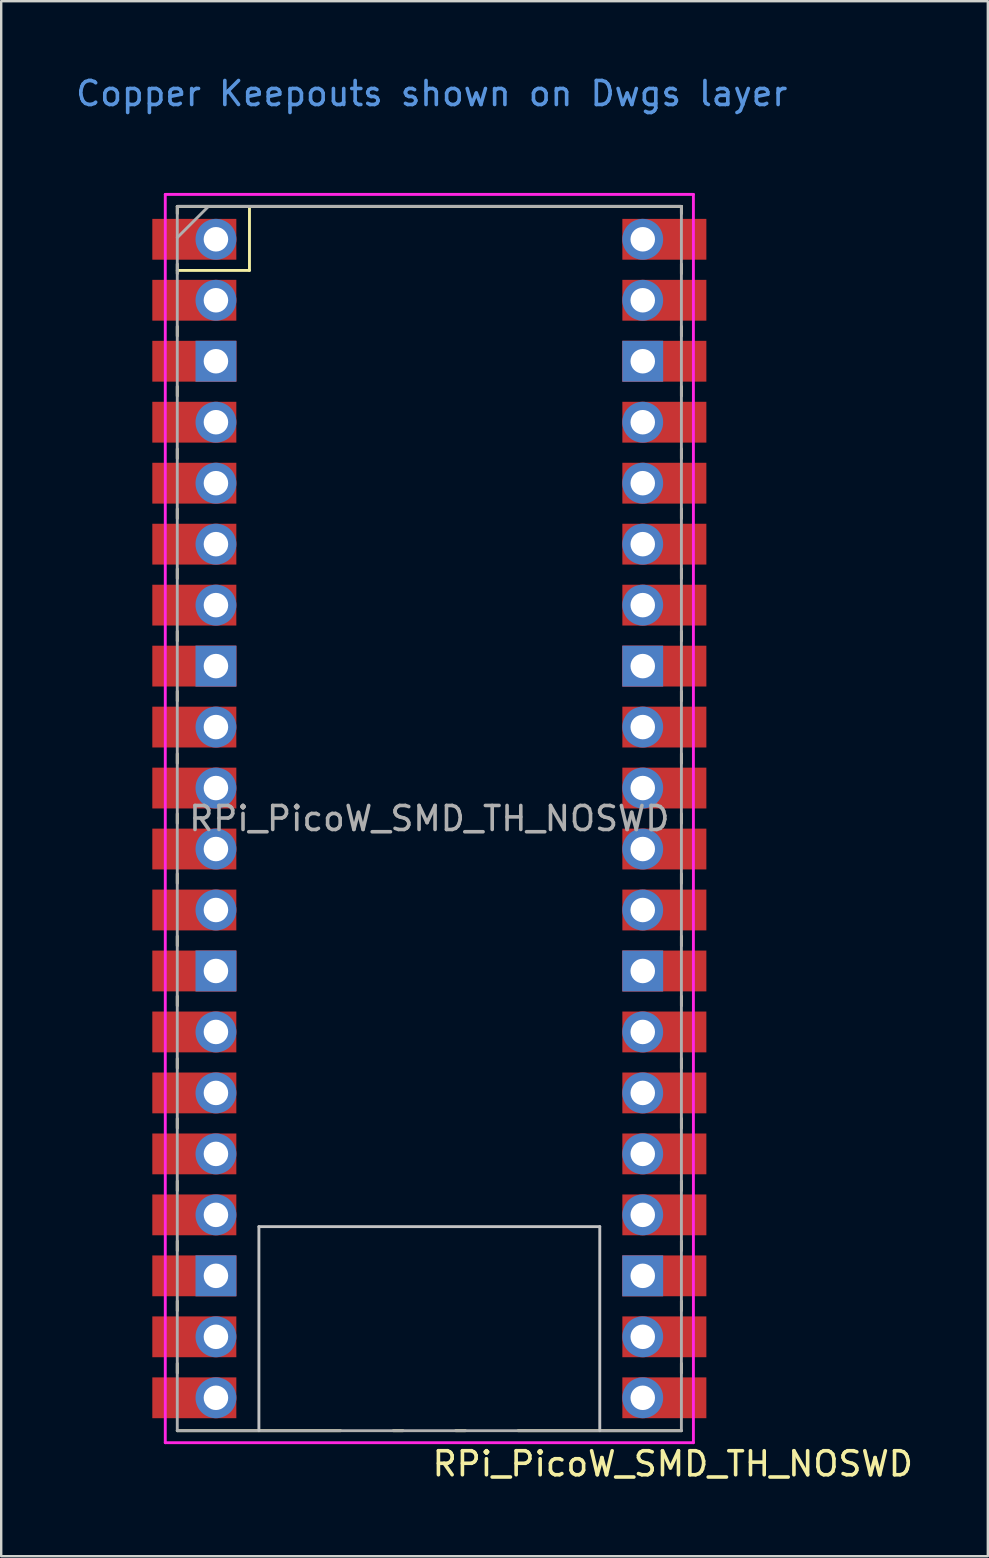
<source format=kicad_pcb>
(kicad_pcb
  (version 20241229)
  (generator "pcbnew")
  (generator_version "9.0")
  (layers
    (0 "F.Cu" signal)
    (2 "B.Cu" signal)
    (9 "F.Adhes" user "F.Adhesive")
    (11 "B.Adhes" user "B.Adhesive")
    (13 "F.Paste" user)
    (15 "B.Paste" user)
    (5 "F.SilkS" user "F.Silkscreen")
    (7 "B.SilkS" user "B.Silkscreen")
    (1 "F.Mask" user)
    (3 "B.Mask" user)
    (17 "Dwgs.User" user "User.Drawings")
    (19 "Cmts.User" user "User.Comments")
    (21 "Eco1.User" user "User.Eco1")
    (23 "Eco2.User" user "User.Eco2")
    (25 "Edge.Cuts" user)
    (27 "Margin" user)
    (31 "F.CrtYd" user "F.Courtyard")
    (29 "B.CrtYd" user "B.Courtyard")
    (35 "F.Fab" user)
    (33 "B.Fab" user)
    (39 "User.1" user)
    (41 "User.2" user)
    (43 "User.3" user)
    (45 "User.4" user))
  (footprint "RPi_PicoW_SMD_TH_NOSWD"
    (layer "F.Cu")
    (at 14.835 31.048)
    (property "Reference" "RPi_PicoW_SMD_TH_NOSWD" (at 10.14 26.88 180) (layer "F.SilkS") (effects (font (size 1 1) (thickness 0.15))))
    (attr through_hole exclude_from_pos_files exclude_from_bom dnp)
    (fp_line (start -10.5 -25.5) (end -10.5 -25.2) (stroke (width 0.12) (type solid)) (layer "F.SilkS"))
    (fp_line (start -10.5 -25.5) (end 10.5 -25.5) (stroke (width 0.12) (type solid)) (layer "F.SilkS"))
    (fp_line (start -10.5 -23.1) (end -10.5 -22.7) (stroke (width 0.12) (type solid)) (layer "F.SilkS"))
    (fp_line (start -10.5 -22.833) (end -7.493 -22.833) (stroke (width 0.12) (type solid)) (layer "F.SilkS"))
    (fp_line (start -10.5 -20.5) (end -10.5 -20.1) (stroke (width 0.12) (type solid)) (layer "F.SilkS"))
    (fp_line (start -10.5 -18) (end -10.5 -17.6) (stroke (width 0.12) (type solid)) (layer "F.SilkS"))
    (fp_line (start -10.5 -15.4) (end -10.5 -15) (stroke (width 0.12) (type solid)) (layer "F.SilkS"))
    (fp_line (start -10.5 -12.9) (end -10.5 -12.5) (stroke (width 0.12) (type solid)) (layer "F.SilkS"))
    (fp_line (start -10.5 -10.4) (end -10.5 -10) (stroke (width 0.12) (type solid)) (layer "F.SilkS"))
    (fp_line (start -10.5 -7.8) (end -10.5 -7.4) (stroke (width 0.12) (type solid)) (layer "F.SilkS"))
    (fp_line (start -10.5 -5.3) (end -10.5 -4.9) (stroke (width 0.12) (type solid)) (layer "F.SilkS"))
    (fp_line (start -10.5 -2.7) (end -10.5 -2.3) (stroke (width 0.12) (type solid)) (layer "F.SilkS"))
    (fp_line (start -10.5 -0.2) (end -10.5 0.2) (stroke (width 0.12) (type solid)) (layer "F.SilkS"))
    (fp_line (start -10.5 2.3) (end -10.5 2.7) (stroke (width 0.12) (type solid)) (layer "F.SilkS"))
    (fp_line (start -10.5 4.9) (end -10.5 5.3) (stroke (width 0.12) (type solid)) (layer "F.SilkS"))
    (fp_line (start -10.5 7.4) (end -10.5 7.8) (stroke (width 0.12) (type solid)) (layer "F.SilkS"))
    (fp_line (start -10.5 10) (end -10.5 10.4) (stroke (width 0.12) (type solid)) (layer "F.SilkS"))
    (fp_line (start -10.5 12.5) (end -10.5 12.9) (stroke (width 0.12) (type solid)) (layer "F.SilkS"))
    (fp_line (start -10.5 15.1) (end -10.5 15.5) (stroke (width 0.12) (type solid)) (layer "F.SilkS"))
    (fp_line (start -10.5 17.6) (end -10.5 18) (stroke (width 0.12) (type solid)) (layer "F.SilkS"))
    (fp_line (start -10.5 20.1) (end -10.5 20.5) (stroke (width 0.12) (type solid)) (layer "F.SilkS"))
    (fp_line (start -10.5 22.7) (end -10.5 23.1) (stroke (width 0.12) (type solid)) (layer "F.SilkS"))
    (fp_line (start -7.493 -22.833) (end -7.493 -25.5) (stroke (width 0.12) (type solid)) (layer "F.SilkS"))
    (fp_line (start -3.7 25.5) (end -10.5 25.5) (stroke (width 0.12) (type solid)) (layer "F.SilkS"))
    (fp_line (start -1.5 25.5) (end -1.1 25.5) (stroke (width 0.12) (type solid)) (layer "F.SilkS"))
    (fp_line (start 1.1 25.5) (end 1.5 25.5) (stroke (width 0.12) (type solid)) (layer "F.SilkS"))
    (fp_line (start 10.5 -25.5) (end 10.5 -25.2) (stroke (width 0.12) (type solid)) (layer "F.SilkS"))
    (fp_line (start 10.5 -23.1) (end 10.5 -22.7) (stroke (width 0.12) (type solid)) (layer "F.SilkS"))
    (fp_line (start 10.5 -20.5) (end 10.5 -20.1) (stroke (width 0.12) (type solid)) (layer "F.SilkS"))
    (fp_line (start 10.5 -18) (end 10.5 -17.6) (stroke (width 0.12) (type solid)) (layer "F.SilkS"))
    (fp_line (start 10.5 -15.4) (end 10.5 -15) (stroke (width 0.12) (type solid)) (layer "F.SilkS"))
    (fp_line (start 10.5 -12.9) (end 10.5 -12.5) (stroke (width 0.12) (type solid)) (layer "F.SilkS"))
    (fp_line (start 10.5 -10.4) (end 10.5 -10) (stroke (width 0.12) (type solid)) (layer "F.SilkS"))
    (fp_line (start 10.5 -7.8) (end 10.5 -7.4) (stroke (width 0.12) (type solid)) (layer "F.SilkS"))
    (fp_line (start 10.5 -5.3) (end 10.5 -4.9) (stroke (width 0.12) (type solid)) (layer "F.SilkS"))
    (fp_line (start 10.5 -2.7) (end 10.5 -2.3) (stroke (width 0.12) (type solid)) (layer "F.SilkS"))
    (fp_line (start 10.5 -0.2) (end 10.5 0.2) (stroke (width 0.12) (type solid)) (layer "F.SilkS"))
    (fp_line (start 10.5 2.3) (end 10.5 2.7) (stroke (width 0.12) (type solid)) (layer "F.SilkS"))
    (fp_line (start 10.5 4.9) (end 10.5 5.3) (stroke (width 0.12) (type solid)) (layer "F.SilkS"))
    (fp_line (start 10.5 7.4) (end 10.5 7.8) (stroke (width 0.12) (type solid)) (layer "F.SilkS"))
    (fp_line (start 10.5 10) (end 10.5 10.4) (stroke (width 0.12) (type solid)) (layer "F.SilkS"))
    (fp_line (start 10.5 12.5) (end 10.5 12.9) (stroke (width 0.12) (type solid)) (layer "F.SilkS"))
    (fp_line (start 10.5 15.1) (end 10.5 15.5) (stroke (width 0.12) (type solid)) (layer "F.SilkS"))
    (fp_line (start 10.5 17.6) (end 10.5 18) (stroke (width 0.12) (type solid)) (layer "F.SilkS"))
    (fp_line (start 10.5 20.1) (end 10.5 20.5) (stroke (width 0.12) (type solid)) (layer "F.SilkS"))
    (fp_line (start 10.5 22.7) (end 10.5 23.1) (stroke (width 0.12) (type solid)) (layer "F.SilkS"))
    (fp_line (start 10.5 25.5) (end 3.7 25.5) (stroke (width 0.12) (type solid)) (layer "F.SilkS"))
    (fp_line (start -7.1 17) (end 7.1 17) (stroke (width 0.12) (type solid)) (layer "Dwgs.User"))
    (fp_line (start -7.1 25.5) (end -7.1 17) (stroke (width 0.12) (type solid)) (layer "Dwgs.User"))
    (fp_line (start 7.1 17) (end 7.1 25.5) (stroke (width 0.12) (type solid)) (layer "Dwgs.User"))
    (fp_line (start -11 -26) (end 11 -26) (stroke (width 0.12) (type solid)) (layer "F.CrtYd"))
    (fp_line (start -11 26) (end -11 -26) (stroke (width 0.12) (type solid)) (layer "F.CrtYd"))
    (fp_line (start 11 -26) (end 11 26) (stroke (width 0.12) (type solid)) (layer "F.CrtYd"))
    (fp_line (start 11 26) (end -11 26) (stroke (width 0.12) (type solid)) (layer "F.CrtYd"))
    (fp_line (start -10.5 -25.5) (end 10.5 -25.5) (stroke (width 0.12) (type solid)) (layer "F.Fab"))
    (fp_line (start -10.5 -24.2) (end -9.2 -25.5) (stroke (width 0.12) (type solid)) (layer "F.Fab"))
    (fp_line (start -10.5 25.5) (end -10.5 -25.5) (stroke (width 0.12) (type solid)) (layer "F.Fab"))
    (fp_line (start 10.5 -25.5) (end 10.5 25.5) (stroke (width 0.12) (type solid)) (layer "F.Fab"))
    (fp_line (start 10.5 25.5) (end -10.5 25.5) (stroke (width 0.12) (type solid)) (layer "F.Fab"))
    (fp_text user "Copper Keepouts shown on Dwgs layer" (at 0.1 -30.2 180) (layer "Cmts.User") (effects (font (size 1 1) (thickness 0.15))))
    (fp_text user "${REFERENCE}" (at 0 0 180) (layer "F.Fab") (effects (font (size 1 1) (thickness 0.15))))
    (pad "1" thru_hole oval (at -8.89 -24.13) (size 1.7 1.7) (drill 1.02) (layers "*.Cu" "*.Mask"))
    (pad "1" smd rect (at -8.89 -24.13) (size 3.5 1.7) (drill (offset -0.9 0)) (layers "F.Cu" "F.Mask"))
    (pad "2" thru_hole oval (at -8.89 -21.59) (size 1.7 1.7) (drill 1.02) (layers "*.Cu" "*.Mask"))
    (pad "2" smd rect (at -8.89 -21.59) (size 3.5 1.7) (drill (offset -0.9 0)) (layers "F.Cu" "F.Mask"))
    (pad "3" thru_hole rect (at -8.89 -19.05) (size 1.7 1.7) (drill 1.02) (layers "*.Cu" "*.Mask"))
    (pad "3" smd rect (at -8.89 -19.05) (size 3.5 1.7) (drill (offset -0.9 0)) (layers "F.Cu" "F.Mask"))
    (pad "4" thru_hole oval (at -8.89 -16.51) (size 1.7 1.7) (drill 1.02) (layers "*.Cu" "*.Mask"))
    (pad "4" smd rect (at -8.89 -16.51) (size 3.5 1.7) (drill (offset -0.9 0)) (layers "F.Cu" "F.Mask"))
    (pad "5" thru_hole oval (at -8.89 -13.97) (size 1.7 1.7) (drill 1.02) (layers "*.Cu" "*.Mask"))
    (pad "5" smd rect (at -8.89 -13.97) (size 3.5 1.7) (drill (offset -0.9 0)) (layers "F.Cu" "F.Mask"))
    (pad "6" thru_hole oval (at -8.89 -11.43) (size 1.7 1.7) (drill 1.02) (layers "*.Cu" "*.Mask"))
    (pad "6" smd rect (at -8.89 -11.43) (size 3.5 1.7) (drill (offset -0.9 0)) (layers "F.Cu" "F.Mask"))
    (pad "7" thru_hole oval (at -8.89 -8.89) (size 1.7 1.7) (drill 1.02) (layers "*.Cu" "*.Mask"))
    (pad "7" smd rect (at -8.89 -8.89) (size 3.5 1.7) (drill (offset -0.9 0)) (layers "F.Cu" "F.Mask"))
    (pad "8" thru_hole rect (at -8.89 -6.35) (size 1.7 1.7) (drill 1.02) (layers "*.Cu" "*.Mask"))
    (pad "8" smd rect (at -8.89 -6.35) (size 3.5 1.7) (drill (offset -0.9 0)) (layers "F.Cu" "F.Mask"))
    (pad "9" thru_hole oval (at -8.89 -3.81) (size 1.7 1.7) (drill 1.02) (layers "*.Cu" "*.Mask"))
    (pad "9" smd rect (at -8.89 -3.81) (size 3.5 1.7) (drill (offset -0.9 0)) (layers "F.Cu" "F.Mask"))
    (pad "10" thru_hole oval (at -8.89 -1.27) (size 1.7 1.7) (drill 1.02) (layers "*.Cu" "*.Mask"))
    (pad "10" smd rect (at -8.89 -1.27) (size 3.5 1.7) (drill (offset -0.9 0)) (layers "F.Cu" "F.Mask"))
    (pad "11" thru_hole oval (at -8.89 1.27) (size 1.7 1.7) (drill 1.02) (layers "*.Cu" "*.Mask"))
    (pad "11" smd rect (at -8.89 1.27) (size 3.5 1.7) (drill (offset -0.9 0)) (layers "F.Cu" "F.Mask"))
    (pad "12" thru_hole oval (at -8.89 3.81) (size 1.7 1.7) (drill 1.02) (layers "*.Cu" "*.Mask"))
    (pad "12" smd rect (at -8.89 3.81) (size 3.5 1.7) (drill (offset -0.9 0)) (layers "F.Cu" "F.Mask"))
    (pad "13" thru_hole rect (at -8.89 6.35) (size 1.7 1.7) (drill 1.02) (layers "*.Cu" "*.Mask"))
    (pad "13" smd rect (at -8.89 6.35) (size 3.5 1.7) (drill (offset -0.9 0)) (layers "F.Cu" "F.Mask"))
    (pad "14" thru_hole oval (at -8.89 8.89) (size 1.7 1.7) (drill 1.02) (layers "*.Cu" "*.Mask"))
    (pad "14" smd rect (at -8.89 8.89) (size 3.5 1.7) (drill (offset -0.9 0)) (layers "F.Cu" "F.Mask"))
    (pad "15" thru_hole oval (at -8.89 11.43) (size 1.7 1.7) (drill 1.02) (layers "*.Cu" "*.Mask"))
    (pad "15" smd rect (at -8.89 11.43) (size 3.5 1.7) (drill (offset -0.9 0)) (layers "F.Cu" "F.Mask"))
    (pad "16" thru_hole oval (at -8.89 13.97) (size 1.7 1.7) (drill 1.02) (layers "*.Cu" "*.Mask"))
    (pad "16" smd rect (at -8.89 13.97) (size 3.5 1.7) (drill (offset -0.9 0)) (layers "F.Cu" "F.Mask"))
    (pad "17" thru_hole oval (at -8.89 16.51) (size 1.7 1.7) (drill 1.02) (layers "*.Cu" "*.Mask"))
    (pad "17" smd rect (at -8.89 16.51) (size 3.5 1.7) (drill (offset -0.9 0)) (layers "F.Cu" "F.Mask"))
    (pad "18" thru_hole rect (at -8.89 19.05) (size 1.7 1.7) (drill 1.02) (layers "*.Cu" "*.Mask"))
    (pad "18" smd rect (at -8.89 19.05) (size 3.5 1.7) (drill (offset -0.9 0)) (layers "F.Cu" "F.Mask"))
    (pad "19" thru_hole oval (at -8.89 21.59) (size 1.7 1.7) (drill 1.02) (layers "*.Cu" "*.Mask"))
    (pad "19" smd rect (at -8.89 21.59) (size 3.5 1.7) (drill (offset -0.9 0)) (layers "F.Cu" "F.Mask"))
    (pad "20" thru_hole oval (at -8.89 24.13) (size 1.7 1.7) (drill 1.02) (layers "*.Cu" "*.Mask"))
    (pad "20" smd rect (at -8.89 24.13) (size 3.5 1.7) (drill (offset -0.9 0)) (layers "F.Cu" "F.Mask"))
    (pad "21" thru_hole oval (at 8.89 24.13) (size 1.7 1.7) (drill 1.02) (layers "*.Cu" "*.Mask"))
    (pad "21" smd rect (at 8.89 24.13) (size 3.5 1.7) (drill (offset 0.9 0)) (layers "F.Cu" "F.Mask"))
    (pad "22" thru_hole oval (at 8.89 21.59) (size 1.7 1.7) (drill 1.02) (layers "*.Cu" "*.Mask"))
    (pad "22" smd rect (at 8.89 21.59) (size 3.5 1.7) (drill (offset 0.9 0)) (layers "F.Cu" "F.Mask"))
    (pad "23" thru_hole rect (at 8.89 19.05) (size 1.7 1.7) (drill 1.02) (layers "*.Cu" "*.Mask"))
    (pad "23" smd rect (at 8.89 19.05) (size 3.5 1.7) (drill (offset 0.9 0)) (layers "F.Cu" "F.Mask"))
    (pad "24" thru_hole oval (at 8.89 16.51) (size 1.7 1.7) (drill 1.02) (layers "*.Cu" "*.Mask"))
    (pad "24" smd rect (at 8.89 16.51) (size 3.5 1.7) (drill (offset 0.9 0)) (layers "F.Cu" "F.Mask"))
    (pad "25" thru_hole oval (at 8.89 13.97) (size 1.7 1.7) (drill 1.02) (layers "*.Cu" "*.Mask"))
    (pad "25" smd rect (at 8.89 13.97) (size 3.5 1.7) (drill (offset 0.9 0)) (layers "F.Cu" "F.Mask"))
    (pad "26" thru_hole oval (at 8.89 11.43) (size 1.7 1.7) (drill 1.02) (layers "*.Cu" "*.Mask"))
    (pad "26" smd rect (at 8.89 11.43) (size 3.5 1.7) (drill (offset 0.9 0)) (layers "F.Cu" "F.Mask"))
    (pad "27" thru_hole oval (at 8.89 8.89) (size 1.7 1.7) (drill 1.02) (layers "*.Cu" "*.Mask"))
    (pad "27" smd rect (at 8.89 8.89) (size 3.5 1.7) (drill (offset 0.9 0)) (layers "F.Cu" "F.Mask"))
    (pad "28" thru_hole rect (at 8.89 6.35) (size 1.7 1.7) (drill 1.02) (layers "*.Cu" "*.Mask"))
    (pad "28" smd rect (at 8.89 6.35) (size 3.5 1.7) (drill (offset 0.9 0)) (layers "F.Cu" "F.Mask"))
    (pad "29" thru_hole oval (at 8.89 3.81) (size 1.7 1.7) (drill 1.02) (layers "*.Cu" "*.Mask"))
    (pad "29" smd rect (at 8.89 3.81) (size 3.5 1.7) (drill (offset 0.9 0)) (layers "F.Cu" "F.Mask"))
    (pad "30" thru_hole oval (at 8.89 1.27) (size 1.7 1.7) (drill 1.02) (layers "*.Cu" "*.Mask"))
    (pad "30" smd rect (at 8.89 1.27) (size 3.5 1.7) (drill (offset 0.9 0)) (layers "F.Cu" "F.Mask"))
    (pad "31" thru_hole oval (at 8.89 -1.27) (size 1.7 1.7) (drill 1.02) (layers "*.Cu" "*.Mask"))
    (pad "31" smd rect (at 8.89 -1.27) (size 3.5 1.7) (drill (offset 0.9 0)) (layers "F.Cu" "F.Mask"))
    (pad "32" thru_hole oval (at 8.89 -3.81) (size 1.7 1.7) (drill 1.02) (layers "*.Cu" "*.Mask"))
    (pad "32" smd rect (at 8.89 -3.81) (size 3.5 1.7) (drill (offset 0.9 0)) (layers "F.Cu" "F.Mask"))
    (pad "33" thru_hole rect (at 8.89 -6.35) (size 1.7 1.7) (drill 1.02) (layers "*.Cu" "*.Mask"))
    (pad "33" smd rect (at 8.89 -6.35) (size 3.5 1.7) (drill (offset 0.9 0)) (layers "F.Cu" "F.Mask"))
    (pad "34" thru_hole oval (at 8.89 -8.89) (size 1.7 1.7) (drill 1.02) (layers "*.Cu" "*.Mask"))
    (pad "34" smd rect (at 8.89 -8.89) (size 3.5 1.7) (drill (offset 0.9 0)) (layers "F.Cu" "F.Mask"))
    (pad "35" thru_hole oval (at 8.89 -11.43) (size 1.7 1.7) (drill 1.02) (layers "*.Cu" "*.Mask"))
    (pad "35" smd rect (at 8.89 -11.43) (size 3.5 1.7) (drill (offset 0.9 0)) (layers "F.Cu" "F.Mask"))
    (pad "36" thru_hole oval (at 8.89 -13.97) (size 1.7 1.7) (drill 1.02) (layers "*.Cu" "*.Mask"))
    (pad "36" smd rect (at 8.89 -13.97) (size 3.5 1.7) (drill (offset 0.9 0)) (layers "F.Cu" "F.Mask"))
    (pad "37" thru_hole oval (at 8.89 -16.51) (size 1.7 1.7) (drill 1.02) (layers "*.Cu" "*.Mask"))
    (pad "37" smd rect (at 8.89 -16.51) (size 3.5 1.7) (drill (offset 0.9 0)) (layers "F.Cu" "F.Mask"))
    (pad "38" thru_hole rect (at 8.89 -19.05) (size 1.7 1.7) (drill 1.02) (layers "*.Cu" "*.Mask"))
    (pad "38" smd rect (at 8.89 -19.05) (size 3.5 1.7) (drill (offset 0.9 0)) (layers "F.Cu" "F.Mask"))
    (pad "39" thru_hole oval (at 8.89 -21.59) (size 1.7 1.7) (drill 1.02) (layers "*.Cu" "*.Mask"))
    (pad "39" smd rect (at 8.89 -21.59) (size 3.5 1.7) (drill (offset 0.9 0)) (layers "F.Cu" "F.Mask"))
    (pad "40" thru_hole oval (at 8.89 -24.13) (size 1.7 1.7) (drill 1.02) (layers "*.Cu" "*.Mask"))
    (pad "40" smd rect (at 8.89 -24.13) (size 3.5 1.7) (drill (offset 0.9 0)) (layers "F.Cu" "F.Mask")))
  (gr_rect
    (start -3 -3)
    (end 38.1 61.776)
    (stroke (width 0.1) (type default))
    (fill no)
    (layer "Edge.Cuts")))
</source>
